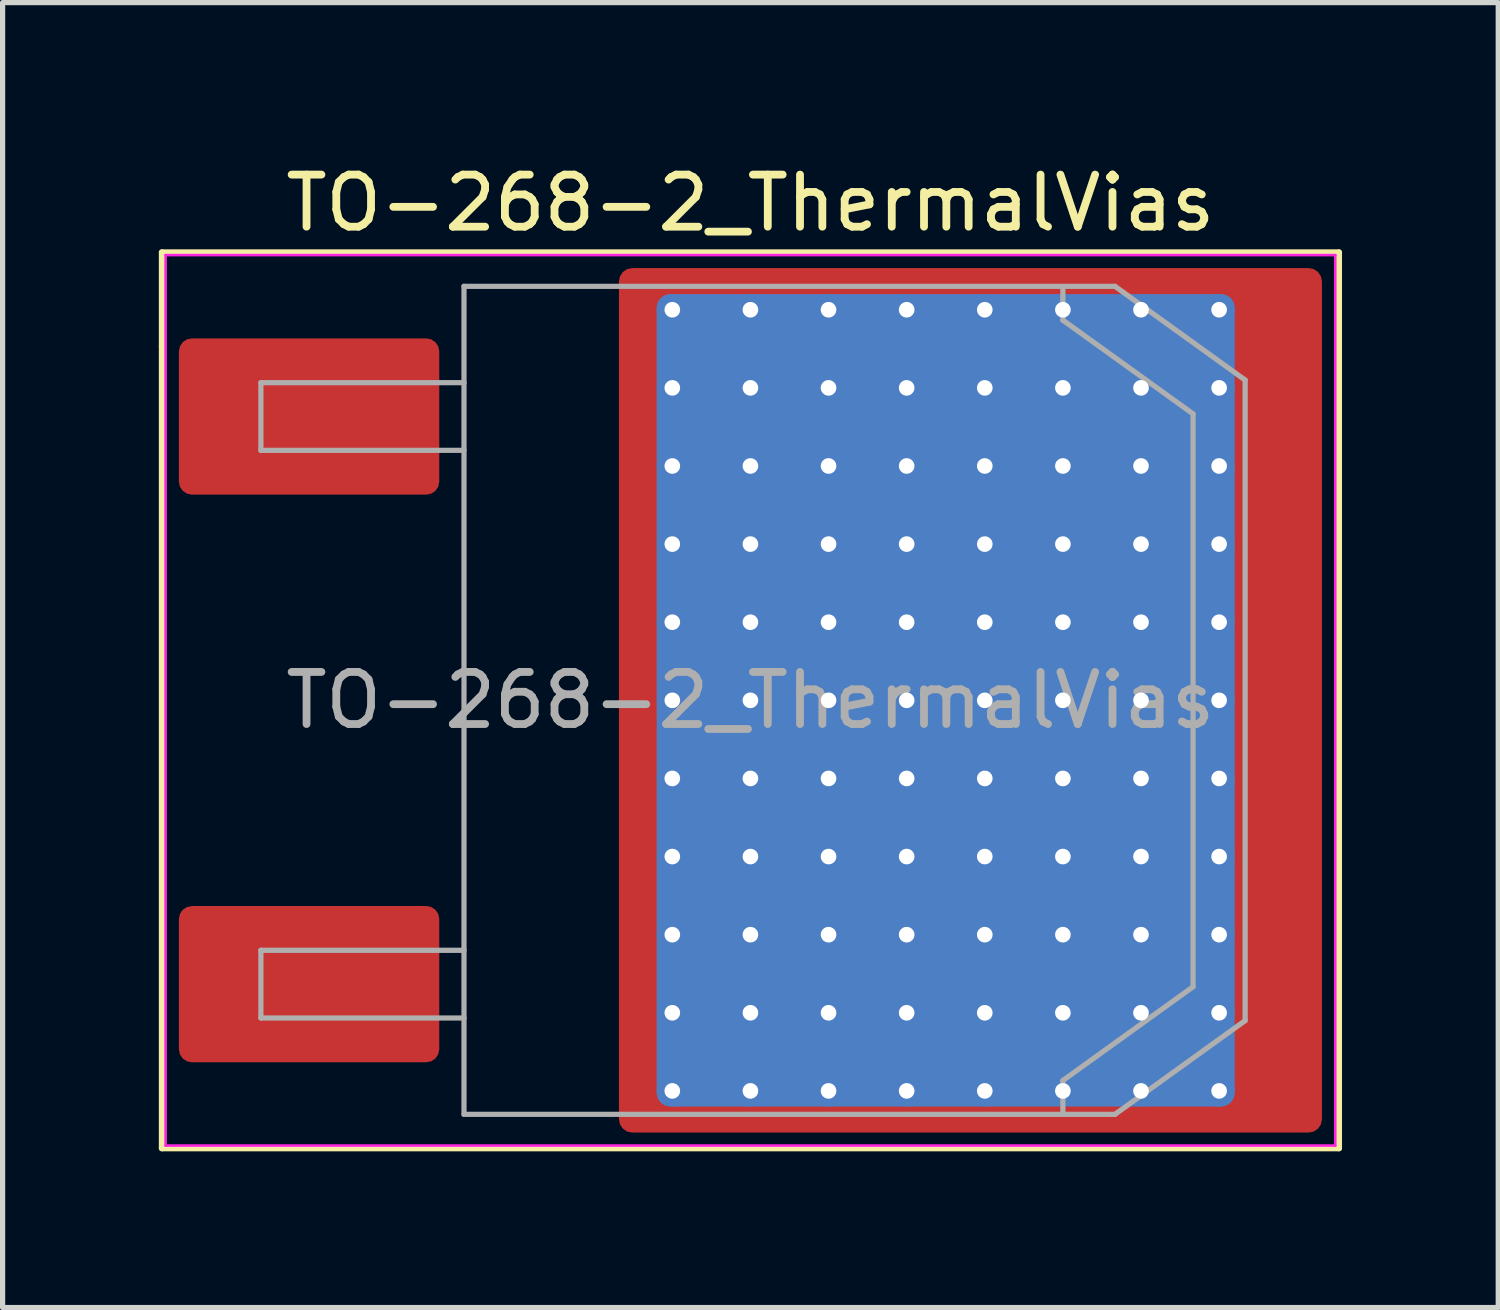
<source format=kicad_pcb>
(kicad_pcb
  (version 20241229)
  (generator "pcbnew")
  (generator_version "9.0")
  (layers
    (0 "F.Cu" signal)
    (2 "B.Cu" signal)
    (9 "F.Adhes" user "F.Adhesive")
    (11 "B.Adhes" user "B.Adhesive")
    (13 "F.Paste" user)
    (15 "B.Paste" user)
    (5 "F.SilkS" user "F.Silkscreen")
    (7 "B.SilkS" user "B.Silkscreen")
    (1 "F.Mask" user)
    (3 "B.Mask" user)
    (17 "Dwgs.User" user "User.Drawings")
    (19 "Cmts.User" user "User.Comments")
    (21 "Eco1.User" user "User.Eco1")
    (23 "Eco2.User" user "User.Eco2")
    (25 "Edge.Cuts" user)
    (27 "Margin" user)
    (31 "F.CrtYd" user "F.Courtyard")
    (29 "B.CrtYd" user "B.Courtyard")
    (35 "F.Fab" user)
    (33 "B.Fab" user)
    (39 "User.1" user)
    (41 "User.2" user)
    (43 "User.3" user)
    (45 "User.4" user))
  (footprint "TO-268-2_ThermalVias"
    (layer "F.Cu")
    (at 11.36 10.398)
    (property "Reference" "TO-268-2_ThermalVias" (at 0 -9.55 0) (layer "F.SilkS") (effects (font (size 1 1) (thickness 0.15))))
    (attr smd)
    (fp_line (start -11.3 -8.6) (end 11.3 -8.6) (stroke (width 0.12) (type solid)) (layer "F.SilkS"))
    (fp_line (start -11.3 -6.795) (end -11.3 -8.6) (stroke (width 0.12) (type solid)) (layer "F.SilkS"))
    (fp_line (start -11.3 8.6) (end -11.3 -6.795) (stroke (width 0.12) (type solid)) (layer "F.SilkS"))
    (fp_line (start 11.3 -8.6) (end 11.3 8.6) (stroke (width 0.12) (type solid)) (layer "F.SilkS"))
    (fp_line (start 11.3 8.6) (end -11.3 8.6) (stroke (width 0.12) (type solid)) (layer "F.SilkS"))
    (fp_line (start -11.23 -8.55) (end -11.23 8.55) (stroke (width 0.05) (type solid)) (layer "F.CrtYd"))
    (fp_line (start -11.23 8.55) (end 11.23 8.55) (stroke (width 0.05) (type solid)) (layer "F.CrtYd"))
    (fp_line (start 11.23 -8.55) (end -11.23 -8.55) (stroke (width 0.05) (type solid)) (layer "F.CrtYd"))
    (fp_line (start 11.23 8.55) (end 11.23 -8.55) (stroke (width 0.05) (type solid)) (layer "F.CrtYd"))
    (fp_line (start -9.4 -6.1) (end -9.4 -4.8) (stroke (width 0.1) (type solid)) (layer "F.Fab"))
    (fp_line (start -9.4 -4.8) (end -5.5 -4.8) (stroke (width 0.1) (type solid)) (layer "F.Fab"))
    (fp_line (start -9.4 4.8) (end -9.4 6.1) (stroke (width 0.1) (type solid)) (layer "F.Fab"))
    (fp_line (start -9.4 6.1) (end -5.5 6.1) (stroke (width 0.1) (type solid)) (layer "F.Fab"))
    (fp_line (start -5.5 -7.95) (end 7 -7.95) (stroke (width 0.1) (type solid)) (layer "F.Fab"))
    (fp_line (start -5.5 -6.1) (end -9.4 -6.1) (stroke (width 0.1) (type solid)) (layer "F.Fab"))
    (fp_line (start -5.5 4.8) (end -9.4 4.8) (stroke (width 0.1) (type solid)) (layer "F.Fab"))
    (fp_line (start -5.5 7.95) (end -5.5 -7.95) (stroke (width 0.1) (type solid)) (layer "F.Fab"))
    (fp_line (start 6 -7.3) (end 6 -7.9) (stroke (width 0.1) (type solid)) (layer "F.Fab"))
    (fp_line (start 6 7.3) (end 8.5 5.5) (stroke (width 0.1) (type solid)) (layer "F.Fab"))
    (fp_line (start 6 7.9) (end 6 7.3) (stroke (width 0.1) (type solid)) (layer "F.Fab"))
    (fp_line (start 7 7.95) (end -5.5 7.95) (stroke (width 0.1) (type solid)) (layer "F.Fab"))
    (fp_line (start 7 7.95) (end 9.5 6.15) (stroke (width 0.1) (type solid)) (layer "F.Fab"))
    (fp_line (start 8.5 -5.5) (end 6 -7.3) (stroke (width 0.1) (type solid)) (layer "F.Fab"))
    (fp_line (start 8.5 -5.5) (end 8.5 5.5) (stroke (width 0.1) (type solid)) (layer "F.Fab"))
    (fp_line (start 9.5 -6.15) (end 7 -7.95) (stroke (width 0.1) (type solid)) (layer "F.Fab"))
    (fp_line (start 9.5 -6.15) (end 9.5 6.15) (stroke (width 0.1) (type solid)) (layer "F.Fab"))
    (fp_text user "${REFERENCE}" (at 0 0 0) (layer "F.Fab") (effects (font (size 1 1) (thickness 0.15))))
    (pad "" smd roundrect (at -2.025 -7.9) (size 0.75 0.5) (layers "F.Paste") (roundrect_rratio 0.25))
    (pad "" smd roundrect (at -2.025 -6.75) (size 0.75 1.2) (layers "F.Paste") (roundrect_rratio 0.25))
    (pad "" smd roundrect (at -2.025 -5.25) (size 0.75 1.2) (layers "F.Paste") (roundrect_rratio 0.25))
    (pad "" smd roundrect (at -2.025 -3.75) (size 0.75 1.2) (layers "F.Paste") (roundrect_rratio 0.25))
    (pad "" smd roundrect (at -2.025 -2.25) (size 0.75 1.2) (layers "F.Paste") (roundrect_rratio 0.25))
    (pad "" smd roundrect (at -2.025 -0.75) (size 0.75 1.2) (layers "F.Paste") (roundrect_rratio 0.25))
    (pad "" smd roundrect (at -2.025 0.75) (size 0.75 1.2) (layers "F.Paste") (roundrect_rratio 0.25))
    (pad "" smd roundrect (at -2.025 2.25) (size 0.75 1.2) (layers "F.Paste") (roundrect_rratio 0.25))
    (pad "" smd roundrect (at -2.025 3.75) (size 0.75 1.2) (layers "F.Paste") (roundrect_rratio 0.25))
    (pad "" smd roundrect (at -2.025 5.25) (size 0.75 1.2) (layers "F.Paste") (roundrect_rratio 0.25))
    (pad "" smd roundrect (at -2.025 6.75) (size 0.75 1.2) (layers "F.Paste") (roundrect_rratio 0.25))
    (pad "" smd roundrect (at -2.025 7.95) (size 0.75 0.5) (layers "F.Paste") (roundrect_rratio 0.25))
    (pad "" smd roundrect (at -0.75 -7.9) (size 1.2 0.5) (layers "F.Paste") (roundrect_rratio 0.25))
    (pad "" smd roundrect (at -0.75 -6.75) (size 1.2 1.2) (layers "F.Paste") (roundrect_rratio 0.208))
    (pad "" smd roundrect (at -0.75 -5.25) (size 1.2 1.2) (layers "F.Paste") (roundrect_rratio 0.208))
    (pad "" smd roundrect (at -0.75 -3.75) (size 1.2 1.2) (layers "F.Paste") (roundrect_rratio 0.208))
    (pad "" smd roundrect (at -0.75 -2.25) (size 1.2 1.2) (layers "F.Paste") (roundrect_rratio 0.208))
    (pad "" smd roundrect (at -0.75 -0.75) (size 1.2 1.2) (layers "F.Paste") (roundrect_rratio 0.208))
    (pad "" smd roundrect (at -0.75 0.75) (size 1.2 1.2) (layers "F.Paste") (roundrect_rratio 0.208))
    (pad "" smd roundrect (at -0.75 2.25) (size 1.2 1.2) (layers "F.Paste") (roundrect_rratio 0.208))
    (pad "" smd roundrect (at -0.75 3.75) (size 1.2 1.2) (layers "F.Paste") (roundrect_rratio 0.208))
    (pad "" smd roundrect (at -0.75 5.25) (size 1.2 1.2) (layers "F.Paste") (roundrect_rratio 0.208))
    (pad "" smd roundrect (at -0.75 6.75) (size 1.2 1.2) (layers "F.Paste") (roundrect_rratio 0.208))
    (pad "" smd roundrect (at -0.75 7.95) (size 1.2 0.5) (layers "F.Paste") (roundrect_rratio 0.25))
    (pad "" smd roundrect (at 0.75 -7.9) (size 1.2 0.5) (layers "F.Paste") (roundrect_rratio 0.25))
    (pad "" smd roundrect (at 0.75 -6.75) (size 1.2 1.2) (layers "F.Paste") (roundrect_rratio 0.208))
    (pad "" smd roundrect (at 0.75 -5.25) (size 1.2 1.2) (layers "F.Paste") (roundrect_rratio 0.208))
    (pad "" smd roundrect (at 0.75 -3.75) (size 1.2 1.2) (layers "F.Paste") (roundrect_rratio 0.208))
    (pad "" smd roundrect (at 0.75 -2.25) (size 1.2 1.2) (layers "F.Paste") (roundrect_rratio 0.208))
    (pad "" smd roundrect (at 0.75 -0.75) (size 1.2 1.2) (layers "F.Paste") (roundrect_rratio 0.208))
    (pad "" smd roundrect (at 0.75 0.75) (size 1.2 1.2) (layers "F.Paste") (roundrect_rratio 0.208))
    (pad "" smd roundrect (at 0.75 2.25) (size 1.2 1.2) (layers "F.Paste") (roundrect_rratio 0.208))
    (pad "" smd roundrect (at 0.75 3.75) (size 1.2 1.2) (layers "F.Paste") (roundrect_rratio 0.208))
    (pad "" smd roundrect (at 0.75 5.25) (size 1.2 1.2) (layers "F.Paste") (roundrect_rratio 0.208))
    (pad "" smd roundrect (at 0.75 6.75) (size 1.2 1.2) (layers "F.Paste") (roundrect_rratio 0.208))
    (pad "" smd roundrect (at 0.75 7.95) (size 1.2 0.5) (layers "F.Paste") (roundrect_rratio 0.25))
    (pad "" smd roundrect (at 2.25 -7.9) (size 1.2 0.5) (layers "F.Paste") (roundrect_rratio 0.25))
    (pad "" smd roundrect (at 2.25 -6.75) (size 1.2 1.2) (layers "F.Paste") (roundrect_rratio 0.208))
    (pad "" smd roundrect (at 2.25 -5.25) (size 1.2 1.2) (layers "F.Paste") (roundrect_rratio 0.208))
    (pad "" smd roundrect (at 2.25 -3.75) (size 1.2 1.2) (layers "F.Paste") (roundrect_rratio 0.208))
    (pad "" smd roundrect (at 2.25 -2.25) (size 1.2 1.2) (layers "F.Paste") (roundrect_rratio 0.208))
    (pad "" smd roundrect (at 2.25 -0.75) (size 1.2 1.2) (layers "F.Paste") (roundrect_rratio 0.208))
    (pad "" smd roundrect (at 2.25 0.75) (size 1.2 1.2) (layers "F.Paste") (roundrect_rratio 0.208))
    (pad "" smd roundrect (at 2.25 2.25) (size 1.2 1.2) (layers "F.Paste") (roundrect_rratio 0.208))
    (pad "" smd roundrect (at 2.25 3.75) (size 1.2 1.2) (layers "F.Paste") (roundrect_rratio 0.208))
    (pad "" smd roundrect (at 2.25 5.25) (size 1.2 1.2) (layers "F.Paste") (roundrect_rratio 0.208))
    (pad "" smd roundrect (at 2.25 6.75) (size 1.2 1.2) (layers "F.Paste") (roundrect_rratio 0.208))
    (pad "" smd roundrect (at 2.25 7.95) (size 1.2 0.5) (layers "F.Paste") (roundrect_rratio 0.25))
    (pad "" smd roundrect (at 3.75 -7.9) (size 1.2 0.5) (layers "F.Paste") (roundrect_rratio 0.25))
    (pad "" smd roundrect (at 3.75 -6.75) (size 1.2 1.2) (layers "F.Paste") (roundrect_rratio 0.208))
    (pad "" smd roundrect (at 3.75 -5.25) (size 1.2 1.2) (layers "F.Paste") (roundrect_rratio 0.208))
    (pad "" smd roundrect (at 3.75 -3.75) (size 1.2 1.2) (layers "F.Paste") (roundrect_rratio 0.208))
    (pad "" smd roundrect (at 3.75 -2.25) (size 1.2 1.2) (layers "F.Paste") (roundrect_rratio 0.208))
    (pad "" smd roundrect (at 3.75 -0.75) (size 1.2 1.2) (layers "F.Paste") (roundrect_rratio 0.208))
    (pad "" smd roundrect (at 3.75 0.75) (size 1.2 1.2) (layers "F.Paste") (roundrect_rratio 0.208))
    (pad "" smd roundrect (at 3.75 2.25) (size 1.2 1.2) (layers "F.Paste") (roundrect_rratio 0.208))
    (pad "" smd roundrect (at 3.75 3.75) (size 1.2 1.2) (layers "F.Paste") (roundrect_rratio 0.208))
    (pad "" smd roundrect (at 3.75 5.25) (size 1.2 1.2) (layers "F.Paste") (roundrect_rratio 0.208))
    (pad "" smd roundrect (at 3.75 6.75) (size 1.2 1.2) (layers "F.Paste") (roundrect_rratio 0.208))
    (pad "" smd roundrect (at 3.75 7.95) (size 1.2 0.5) (layers "F.Paste") (roundrect_rratio 0.25))
    (pad "" smd roundrect (at 5.25 -7.9) (size 1.2 0.5) (layers "F.Paste") (roundrect_rratio 0.25))
    (pad "" smd roundrect (at 5.25 -6.75) (size 1.2 1.2) (layers "F.Paste") (roundrect_rratio 0.208))
    (pad "" smd roundrect (at 5.25 -5.25) (size 1.2 1.2) (layers "F.Paste") (roundrect_rratio 0.208))
    (pad "" smd roundrect (at 5.25 -3.75) (size 1.2 1.2) (layers "F.Paste") (roundrect_rratio 0.208))
    (pad "" smd roundrect (at 5.25 -2.25) (size 1.2 1.2) (layers "F.Paste") (roundrect_rratio 0.208))
    (pad "" smd roundrect (at 5.25 -0.75) (size 1.2 1.2) (layers "F.Paste") (roundrect_rratio 0.208))
    (pad "" smd roundrect (at 5.25 0.75) (size 1.2 1.2) (layers "F.Paste") (roundrect_rratio 0.208))
    (pad "" smd roundrect (at 5.25 2.25) (size 1.2 1.2) (layers "F.Paste") (roundrect_rratio 0.208))
    (pad "" smd roundrect (at 5.25 3.75) (size 1.2 1.2) (layers "F.Paste") (roundrect_rratio 0.208))
    (pad "" smd roundrect (at 5.25 5.25) (size 1.2 1.2) (layers "F.Paste") (roundrect_rratio 0.208))
    (pad "" smd roundrect (at 5.25 6.75) (size 1.2 1.2) (layers "F.Paste") (roundrect_rratio 0.208))
    (pad "" smd roundrect (at 5.25 7.95) (size 1.2 0.5) (layers "F.Paste") (roundrect_rratio 0.25))
    (pad "" smd roundrect (at 6.75 -7.9) (size 1.2 0.5) (layers "F.Paste") (roundrect_rratio 0.25))
    (pad "" smd roundrect (at 6.75 -6.75) (size 1.2 1.2) (layers "F.Paste") (roundrect_rratio 0.208))
    (pad "" smd roundrect (at 6.75 -5.25) (size 1.2 1.2) (layers "F.Paste") (roundrect_rratio 0.208))
    (pad "" smd roundrect (at 6.75 -3.75) (size 1.2 1.2) (layers "F.Paste") (roundrect_rratio 0.208))
    (pad "" smd roundrect (at 6.75 -2.25) (size 1.2 1.2) (layers "F.Paste") (roundrect_rratio 0.208))
    (pad "" smd roundrect (at 6.75 -0.75) (size 1.2 1.2) (layers "F.Paste") (roundrect_rratio 0.208))
    (pad "" smd roundrect (at 6.75 0.75) (size 1.2 1.2) (layers "F.Paste") (roundrect_rratio 0.208))
    (pad "" smd roundrect (at 6.75 2.25) (size 1.2 1.2) (layers "F.Paste") (roundrect_rratio 0.208))
    (pad "" smd roundrect (at 6.75 3.75) (size 1.2 1.2) (layers "F.Paste") (roundrect_rratio 0.208))
    (pad "" smd roundrect (at 6.75 5.25) (size 1.2 1.2) (layers "F.Paste") (roundrect_rratio 0.208))
    (pad "" smd roundrect (at 6.75 6.75) (size 1.2 1.2) (layers "F.Paste") (roundrect_rratio 0.208))
    (pad "" smd roundrect (at 6.75 7.95) (size 1.2 0.5) (layers "F.Paste") (roundrect_rratio 0.25))
    (pad "" smd roundrect (at 8.25 -7.9) (size 1.2 0.5) (layers "F.Paste") (roundrect_rratio 0.25))
    (pad "" smd roundrect (at 8.25 -6.75) (size 1.2 1.2) (layers "F.Paste") (roundrect_rratio 0.208))
    (pad "" smd roundrect (at 8.25 -5.25) (size 1.2 1.2) (layers "F.Paste") (roundrect_rratio 0.208))
    (pad "" smd roundrect (at 8.25 -3.75) (size 1.2 1.2) (layers "F.Paste") (roundrect_rratio 0.208))
    (pad "" smd roundrect (at 8.25 -2.25) (size 1.2 1.2) (layers "F.Paste") (roundrect_rratio 0.208))
    (pad "" smd roundrect (at 8.25 -0.75) (size 1.2 1.2) (layers "F.Paste") (roundrect_rratio 0.208))
    (pad "" smd roundrect (at 8.25 0.75) (size 1.2 1.2) (layers "F.Paste") (roundrect_rratio 0.208))
    (pad "" smd roundrect (at 8.25 2.25) (size 1.2 1.2) (layers "F.Paste") (roundrect_rratio 0.208))
    (pad "" smd roundrect (at 8.25 3.75) (size 1.2 1.2) (layers "F.Paste") (roundrect_rratio 0.208))
    (pad "" smd roundrect (at 8.25 5.25) (size 1.2 1.2) (layers "F.Paste") (roundrect_rratio 0.208))
    (pad "" smd roundrect (at 8.25 6.75) (size 1.2 1.2) (layers "F.Paste") (roundrect_rratio 0.208))
    (pad "" smd roundrect (at 8.25 7.95) (size 1.2 0.5) (layers "F.Paste") (roundrect_rratio 0.25))
    (pad "" smd roundrect (at 9.475 -7.9) (size 0.65 0.5) (layers "F.Paste") (roundrect_rratio 0.25))
    (pad "" smd roundrect (at 9.475 7.95) (size 0.65 0.5) (layers "F.Paste") (roundrect_rratio 0.25))
    (pad "" smd roundrect (at 9.925 -6.75) (size 1.55 1.2) (layers "F.Paste") (roundrect_rratio 0.208))
    (pad "" smd roundrect (at 9.925 -5.25) (size 1.55 1.2) (layers "F.Paste") (roundrect_rratio 0.208))
    (pad "" smd roundrect (at 9.925 -3.75) (size 1.55 1.2) (layers "F.Paste") (roundrect_rratio 0.208))
    (pad "" smd roundrect (at 9.925 -2.25) (size 1.55 1.2) (layers "F.Paste") (roundrect_rratio 0.208))
    (pad "" smd roundrect (at 9.925 -0.75) (size 1.55 1.2) (layers "F.Paste") (roundrect_rratio 0.208))
    (pad "" smd roundrect (at 9.925 0.75) (size 1.55 1.2) (layers "F.Paste") (roundrect_rratio 0.208))
    (pad "" smd roundrect (at 9.925 2.25) (size 1.55 1.2) (layers "F.Paste") (roundrect_rratio 0.208))
    (pad "" smd roundrect (at 9.925 3.75) (size 1.55 1.2) (layers "F.Paste") (roundrect_rratio 0.208))
    (pad "" smd roundrect (at 9.925 5.25) (size 1.55 1.2) (layers "F.Paste") (roundrect_rratio 0.208))
    (pad "" smd roundrect (at 9.925 6.75) (size 1.55 1.2) (layers "F.Paste") (roundrect_rratio 0.208))
    (pad "" smd roundrect (at 10.375 -7.9) (size 0.65 0.5) (layers "F.Paste") (roundrect_rratio 0.25))
    (pad "" smd roundrect (at 10.375 7.95) (size 0.65 0.5) (layers "F.Paste") (roundrect_rratio 0.25))
    (pad "1" smd roundrect (at -8.475 -5.45) (size 5 3) (layers "F.Cu" "F.Mask" "F.Paste") (roundrect_rratio 0.083))
    (pad "2" thru_hole circle (at -1.5 -7.5) (size 0.6 0.6) (drill 0.3) (property pad_prop_heatsink) (layers "*.Cu"))
    (pad "2" thru_hole circle (at -1.5 -6) (size 0.6 0.6) (drill 0.3) (property pad_prop_heatsink) (layers "*.Cu"))
    (pad "2" thru_hole circle (at -1.5 -4.5) (size 0.6 0.6) (drill 0.3) (property pad_prop_heatsink) (layers "*.Cu"))
    (pad "2" thru_hole circle (at -1.5 -3) (size 0.6 0.6) (drill 0.3) (property pad_prop_heatsink) (layers "*.Cu"))
    (pad "2" thru_hole circle (at -1.5 -1.5) (size 0.6 0.6) (drill 0.3) (property pad_prop_heatsink) (layers "*.Cu"))
    (pad "2" thru_hole circle (at -1.5 0) (size 0.6 0.6) (drill 0.3) (property pad_prop_heatsink) (layers "*.Cu"))
    (pad "2" thru_hole circle (at -1.5 1.5) (size 0.6 0.6) (drill 0.3) (property pad_prop_heatsink) (layers "*.Cu"))
    (pad "2" thru_hole circle (at -1.5 3) (size 0.6 0.6) (drill 0.3) (property pad_prop_heatsink) (layers "*.Cu"))
    (pad "2" thru_hole circle (at -1.5 4.5) (size 0.6 0.6) (drill 0.3) (property pad_prop_heatsink) (layers "*.Cu"))
    (pad "2" thru_hole circle (at -1.5 6) (size 0.6 0.6) (drill 0.3) (property pad_prop_heatsink) (layers "*.Cu"))
    (pad "2" thru_hole circle (at -1.5 7.5) (size 0.6 0.6) (drill 0.3) (property pad_prop_heatsink) (layers "*.Cu"))
    (pad "2" thru_hole circle (at 0 -7.5) (size 0.6 0.6) (drill 0.3) (property pad_prop_heatsink) (layers "*.Cu"))
    (pad "2" thru_hole circle (at 0 -6) (size 0.6 0.6) (drill 0.3) (property pad_prop_heatsink) (layers "*.Cu"))
    (pad "2" thru_hole circle (at 0 -4.5) (size 0.6 0.6) (drill 0.3) (property pad_prop_heatsink) (layers "*.Cu"))
    (pad "2" thru_hole circle (at 0 -3) (size 0.6 0.6) (drill 0.3) (property pad_prop_heatsink) (layers "*.Cu"))
    (pad "2" thru_hole circle (at 0 -1.5) (size 0.6 0.6) (drill 0.3) (property pad_prop_heatsink) (layers "*.Cu"))
    (pad "2" thru_hole circle (at 0 0) (size 0.6 0.6) (drill 0.3) (property pad_prop_heatsink) (layers "*.Cu"))
    (pad "2" thru_hole circle (at 0 1.5) (size 0.6 0.6) (drill 0.3) (property pad_prop_heatsink) (layers "*.Cu"))
    (pad "2" thru_hole circle (at 0 3) (size 0.6 0.6) (drill 0.3) (property pad_prop_heatsink) (layers "*.Cu"))
    (pad "2" thru_hole circle (at 0 4.5) (size 0.6 0.6) (drill 0.3) (property pad_prop_heatsink) (layers "*.Cu"))
    (pad "2" thru_hole circle (at 0 6) (size 0.6 0.6) (drill 0.3) (property pad_prop_heatsink) (layers "*.Cu"))
    (pad "2" thru_hole circle (at 0 7.5) (size 0.6 0.6) (drill 0.3) (property pad_prop_heatsink) (layers "*.Cu"))
    (pad "2" thru_hole circle (at 1.5 -7.5) (size 0.6 0.6) (drill 0.3) (property pad_prop_heatsink) (layers "*.Cu"))
    (pad "2" thru_hole circle (at 1.5 -6) (size 0.6 0.6) (drill 0.3) (property pad_prop_heatsink) (layers "*.Cu"))
    (pad "2" thru_hole circle (at 1.5 -4.5) (size 0.6 0.6) (drill 0.3) (property pad_prop_heatsink) (layers "*.Cu"))
    (pad "2" thru_hole circle (at 1.5 -3) (size 0.6 0.6) (drill 0.3) (property pad_prop_heatsink) (layers "*.Cu"))
    (pad "2" thru_hole circle (at 1.5 -1.5) (size 0.6 0.6) (drill 0.3) (property pad_prop_heatsink) (layers "*.Cu"))
    (pad "2" thru_hole circle (at 1.5 0) (size 0.6 0.6) (drill 0.3) (property pad_prop_heatsink) (layers "*.Cu"))
    (pad "2" thru_hole circle (at 1.5 1.5) (size 0.6 0.6) (drill 0.3) (property pad_prop_heatsink) (layers "*.Cu"))
    (pad "2" thru_hole circle (at 1.5 3) (size 0.6 0.6) (drill 0.3) (property pad_prop_heatsink) (layers "*.Cu"))
    (pad "2" thru_hole circle (at 1.5 4.5) (size 0.6 0.6) (drill 0.3) (property pad_prop_heatsink) (layers "*.Cu"))
    (pad "2" thru_hole circle (at 1.5 6) (size 0.6 0.6) (drill 0.3) (property pad_prop_heatsink) (layers "*.Cu"))
    (pad "2" thru_hole circle (at 1.5 7.5) (size 0.6 0.6) (drill 0.3) (property pad_prop_heatsink) (layers "*.Cu"))
    (pad "2" thru_hole circle (at 3 -7.5) (size 0.6 0.6) (drill 0.3) (property pad_prop_heatsink) (layers "*.Cu"))
    (pad "2" thru_hole circle (at 3 -6) (size 0.6 0.6) (drill 0.3) (property pad_prop_heatsink) (layers "*.Cu"))
    (pad "2" thru_hole circle (at 3 -4.5) (size 0.6 0.6) (drill 0.3) (property pad_prop_heatsink) (layers "*.Cu"))
    (pad "2" thru_hole circle (at 3 -3) (size 0.6 0.6) (drill 0.3) (property pad_prop_heatsink) (layers "*.Cu"))
    (pad "2" thru_hole circle (at 3 -1.5) (size 0.6 0.6) (drill 0.3) (property pad_prop_heatsink) (layers "*.Cu"))
    (pad "2" thru_hole circle (at 3 0) (size 0.6 0.6) (drill 0.3) (property pad_prop_heatsink) (layers "*.Cu"))
    (pad "2" thru_hole circle (at 3 1.5) (size 0.6 0.6) (drill 0.3) (property pad_prop_heatsink) (layers "*.Cu"))
    (pad "2" thru_hole circle (at 3 3) (size 0.6 0.6) (drill 0.3) (property pad_prop_heatsink) (layers "*.Cu"))
    (pad "2" thru_hole circle (at 3 4.5) (size 0.6 0.6) (drill 0.3) (property pad_prop_heatsink) (layers "*.Cu"))
    (pad "2" thru_hole circle (at 3 6) (size 0.6 0.6) (drill 0.3) (property pad_prop_heatsink) (layers "*.Cu"))
    (pad "2" thru_hole circle (at 3 7.5) (size 0.6 0.6) (drill 0.3) (property pad_prop_heatsink) (layers "*.Cu"))
    (pad "2" smd roundrect (at 3.75 0) (size 11.1 15.6) (layers "B.Cu" "B.Mask") (roundrect_rratio 0.023))
    (pad "2" smd roundrect (at 4.225 0) (size 13.5 16.6) (layers "F.Cu" "F.Mask") (roundrect_rratio 0.019))
    (pad "2" thru_hole circle (at 4.5 -7.5) (size 0.6 0.6) (drill 0.3) (property pad_prop_heatsink) (layers "*.Cu"))
    (pad "2" thru_hole circle (at 4.5 -6) (size 0.6 0.6) (drill 0.3) (property pad_prop_heatsink) (layers "*.Cu"))
    (pad "2" thru_hole circle (at 4.5 -4.5) (size 0.6 0.6) (drill 0.3) (property pad_prop_heatsink) (layers "*.Cu"))
    (pad "2" thru_hole circle (at 4.5 -3) (size 0.6 0.6) (drill 0.3) (property pad_prop_heatsink) (layers "*.Cu"))
    (pad "2" thru_hole circle (at 4.5 -1.5) (size 0.6 0.6) (drill 0.3) (property pad_prop_heatsink) (layers "*.Cu"))
    (pad "2" thru_hole circle (at 4.5 0) (size 0.6 0.6) (drill 0.3) (property pad_prop_heatsink) (layers "*.Cu"))
    (pad "2" thru_hole circle (at 4.5 1.5) (size 0.6 0.6) (drill 0.3) (property pad_prop_heatsink) (layers "*.Cu"))
    (pad "2" thru_hole circle (at 4.5 3) (size 0.6 0.6) (drill 0.3) (property pad_prop_heatsink) (layers "*.Cu"))
    (pad "2" thru_hole circle (at 4.5 4.5) (size 0.6 0.6) (drill 0.3) (property pad_prop_heatsink) (layers "*.Cu"))
    (pad "2" thru_hole circle (at 4.5 6) (size 0.6 0.6) (drill 0.3) (property pad_prop_heatsink) (layers "*.Cu"))
    (pad "2" thru_hole circle (at 4.5 7.5) (size 0.6 0.6) (drill 0.3) (property pad_prop_heatsink) (layers "*.Cu"))
    (pad "2" thru_hole circle (at 6 -7.5) (size 0.6 0.6) (drill 0.3) (property pad_prop_heatsink) (layers "*.Cu"))
    (pad "2" thru_hole circle (at 6 -6) (size 0.6 0.6) (drill 0.3) (property pad_prop_heatsink) (layers "*.Cu"))
    (pad "2" thru_hole circle (at 6 -4.5) (size 0.6 0.6) (drill 0.3) (property pad_prop_heatsink) (layers "*.Cu"))
    (pad "2" thru_hole circle (at 6 -3) (size 0.6 0.6) (drill 0.3) (property pad_prop_heatsink) (layers "*.Cu"))
    (pad "2" thru_hole circle (at 6 -1.5) (size 0.6 0.6) (drill 0.3) (property pad_prop_heatsink) (layers "*.Cu"))
    (pad "2" thru_hole circle (at 6 0) (size 0.6 0.6) (drill 0.3) (property pad_prop_heatsink) (layers "*.Cu"))
    (pad "2" thru_hole circle (at 6 1.5) (size 0.6 0.6) (drill 0.3) (property pad_prop_heatsink) (layers "*.Cu"))
    (pad "2" thru_hole circle (at 6 3) (size 0.6 0.6) (drill 0.3) (property pad_prop_heatsink) (layers "*.Cu"))
    (pad "2" thru_hole circle (at 6 4.5) (size 0.6 0.6) (drill 0.3) (property pad_prop_heatsink) (layers "*.Cu"))
    (pad "2" thru_hole circle (at 6 6) (size 0.6 0.6) (drill 0.3) (property pad_prop_heatsink) (layers "*.Cu"))
    (pad "2" thru_hole circle (at 6 7.5) (size 0.6 0.6) (drill 0.3) (property pad_prop_heatsink) (layers "*.Cu"))
    (pad "2" thru_hole circle (at 7.5 -7.5) (size 0.6 0.6) (drill 0.3) (property pad_prop_heatsink) (layers "*.Cu"))
    (pad "2" thru_hole circle (at 7.5 -6) (size 0.6 0.6) (drill 0.3) (property pad_prop_heatsink) (layers "*.Cu"))
    (pad "2" thru_hole circle (at 7.5 -4.5) (size 0.6 0.6) (drill 0.3) (property pad_prop_heatsink) (layers "*.Cu"))
    (pad "2" thru_hole circle (at 7.5 -3) (size 0.6 0.6) (drill 0.3) (property pad_prop_heatsink) (layers "*.Cu"))
    (pad "2" thru_hole circle (at 7.5 -1.5) (size 0.6 0.6) (drill 0.3) (property pad_prop_heatsink) (layers "*.Cu"))
    (pad "2" thru_hole circle (at 7.5 0) (size 0.6 0.6) (drill 0.3) (property pad_prop_heatsink) (layers "*.Cu"))
    (pad "2" thru_hole circle (at 7.5 1.5) (size 0.6 0.6) (drill 0.3) (property pad_prop_heatsink) (layers "*.Cu"))
    (pad "2" thru_hole circle (at 7.5 3) (size 0.6 0.6) (drill 0.3) (property pad_prop_heatsink) (layers "*.Cu"))
    (pad "2" thru_hole circle (at 7.5 4.5) (size 0.6 0.6) (drill 0.3) (property pad_prop_heatsink) (layers "*.Cu"))
    (pad "2" thru_hole circle (at 7.5 6) (size 0.6 0.6) (drill 0.3) (property pad_prop_heatsink) (layers "*.Cu"))
    (pad "2" thru_hole circle (at 7.5 7.5) (size 0.6 0.6) (drill 0.3) (property pad_prop_heatsink) (layers "*.Cu"))
    (pad "2" thru_hole circle (at 9 -7.5) (size 0.6 0.6) (drill 0.3) (property pad_prop_heatsink) (layers "*.Cu"))
    (pad "2" thru_hole circle (at 9 -6) (size 0.6 0.6) (drill 0.3) (property pad_prop_heatsink) (layers "*.Cu"))
    (pad "2" thru_hole circle (at 9 -4.5) (size 0.6 0.6) (drill 0.3) (property pad_prop_heatsink) (layers "*.Cu"))
    (pad "2" thru_hole circle (at 9 -3) (size 0.6 0.6) (drill 0.3) (property pad_prop_heatsink) (layers "*.Cu"))
    (pad "2" thru_hole circle (at 9 -1.5) (size 0.6 0.6) (drill 0.3) (property pad_prop_heatsink) (layers "*.Cu"))
    (pad "2" thru_hole circle (at 9 0) (size 0.6 0.6) (drill 0.3) (property pad_prop_heatsink) (layers "*.Cu"))
    (pad "2" thru_hole circle (at 9 1.5) (size 0.6 0.6) (drill 0.3) (property pad_prop_heatsink) (layers "*.Cu"))
    (pad "2" thru_hole circle (at 9 3) (size 0.6 0.6) (drill 0.3) (property pad_prop_heatsink) (layers "*.Cu"))
    (pad "2" thru_hole circle (at 9 4.5) (size 0.6 0.6) (drill 0.3) (property pad_prop_heatsink) (layers "*.Cu"))
    (pad "2" thru_hole circle (at 9 6) (size 0.6 0.6) (drill 0.3) (property pad_prop_heatsink) (layers "*.Cu"))
    (pad "2" thru_hole circle (at 9 7.5) (size 0.6 0.6) (drill 0.3) (property pad_prop_heatsink) (layers "*.Cu"))
    (pad "3" smd roundrect (at -8.475 5.45) (size 5 3) (layers "F.Cu" "F.Mask" "F.Paste") (roundrect_rratio 0.083)))
  (gr_rect
    (start -3 -3)
    (end 25.72 22.058)
    (stroke (width 0.1) (type default))
    (fill no)
    (layer "Edge.Cuts")))
</source>
